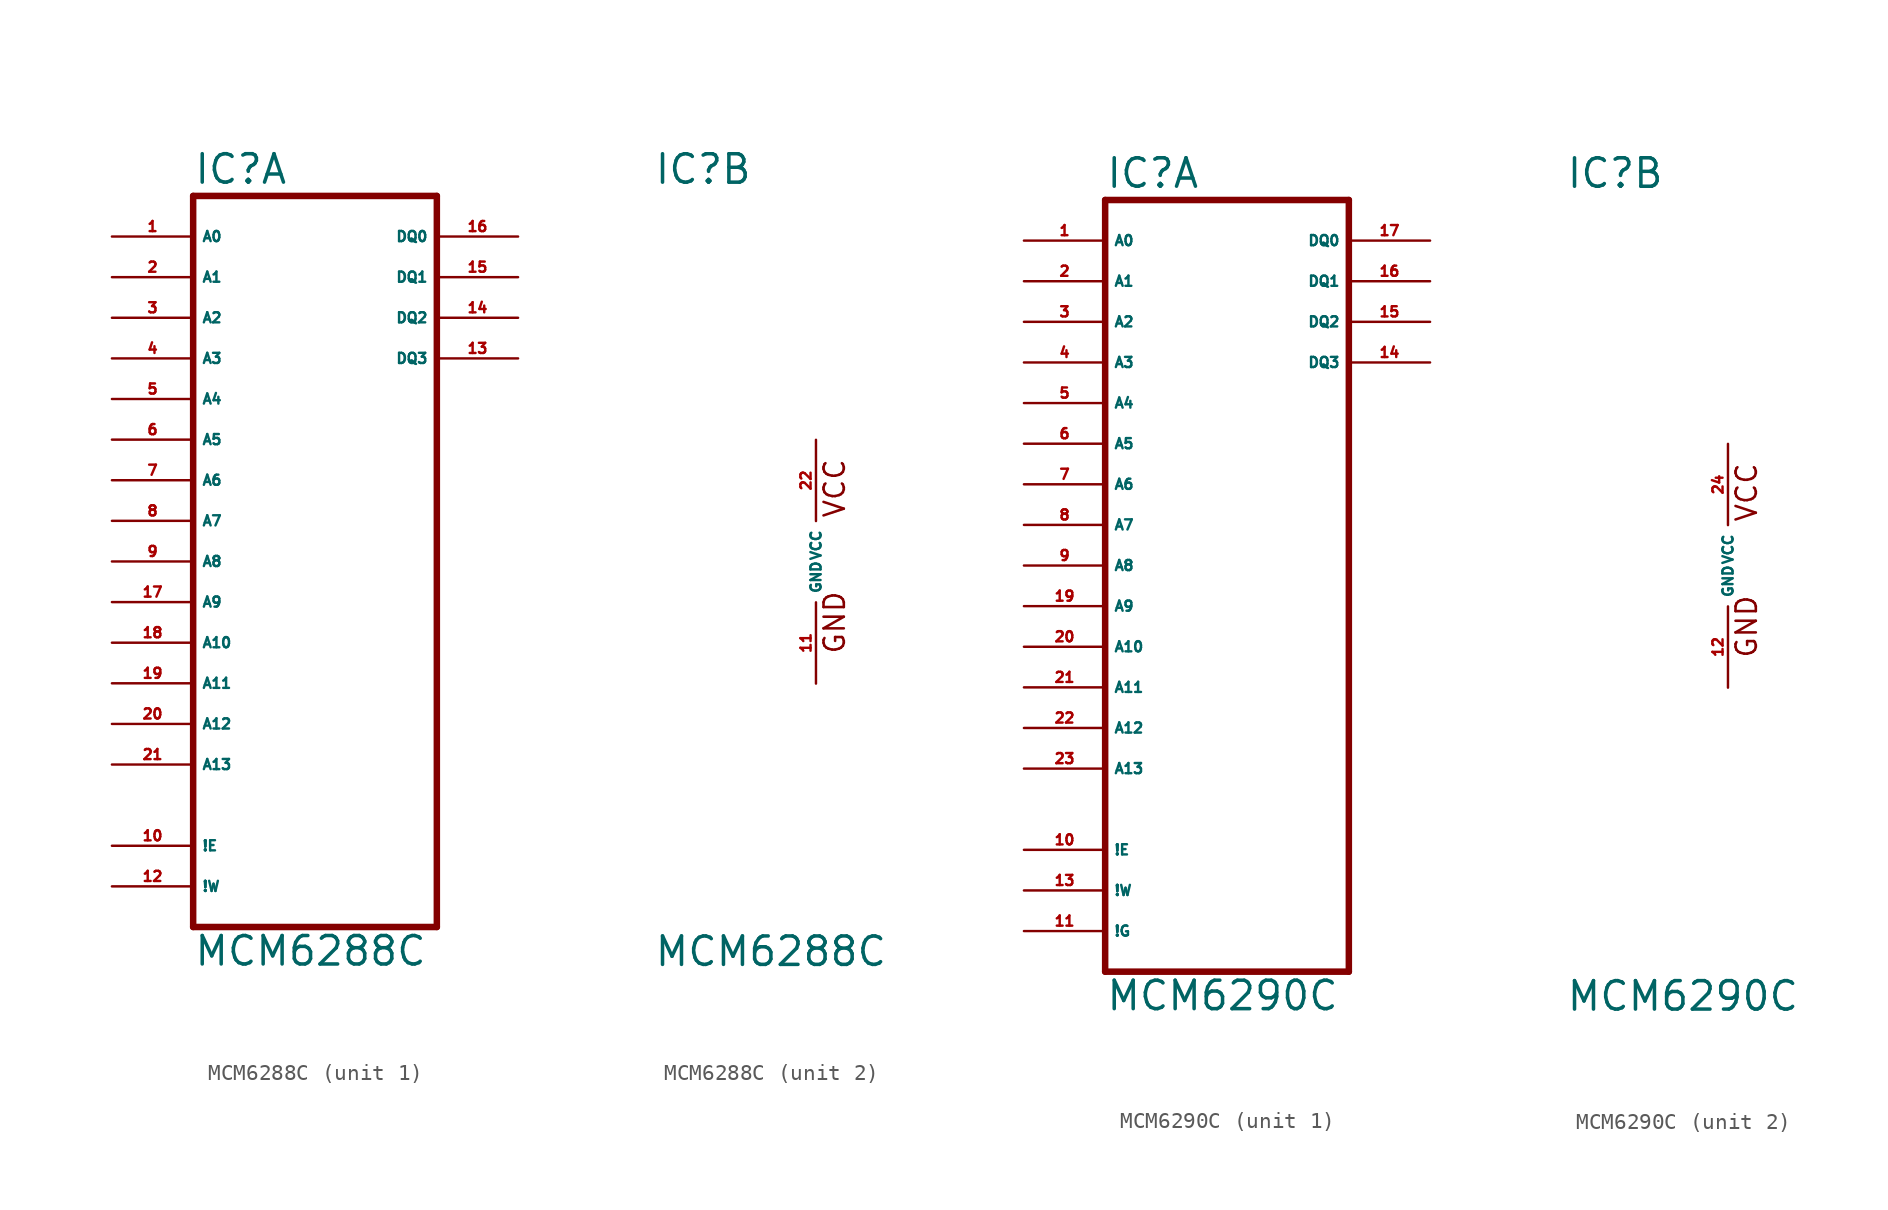
<source format=kicad_sym>
(kicad_symbol_lib
  (version 20220914)
  (generator Eagle2Kicad)
  (symbol "MCM6288C"
    (property "Reference" "IC"
      (at -10.16 23.495 0)
      (effects (font (size 1.778 1.778) (thickness 0.22)) (justify left bottom)))
    (property "Value" "MCM6288C"
      (at -10.16 -25.4 0)
      (effects (font (size 1.778 1.778) (thickness 0.22)) (justify left bottom)))
    (symbol "MCM6288C_1_0"
      (polyline (pts (xy -10.16 22.86) (xy -10.16 -22.86)) (stroke (width 0.406) (type default)) (fill (type none)))
      (polyline (pts (xy 5.08 -22.86) (xy -10.16 -22.86)) (stroke (width 0.406) (type default)) (fill (type none)))
      (polyline (pts (xy 5.08 -22.86) (xy 5.08 22.86)) (stroke (width 0.406) (type default)) (fill (type none)))
      (polyline (pts (xy -10.16 22.86) (xy 5.08 22.86)) (stroke (width 0.406) (type default)) (fill (type none)))
      (pin input line (at -15.24 20.32 0) (length 5.08) (name "A0" (effects (font (size 0.635 0.635) (thickness 0.08)) (justify left bottom))) (number "1" (effects (font (size 0.635 0.635) (thickness 0.08)) (justify left bottom))))
      (pin input line (at -15.24 17.78 0) (length 5.08) (name "A1" (effects (font (size 0.635 0.635) (thickness 0.08)) (justify left bottom))) (number "2" (effects (font (size 0.635 0.635) (thickness 0.08)) (justify left bottom))))
      (pin input line (at -15.24 15.24 0) (length 5.08) (name "A2" (effects (font (size 0.635 0.635) (thickness 0.08)) (justify left bottom))) (number "3" (effects (font (size 0.635 0.635) (thickness 0.08)) (justify left bottom))))
      (pin input line (at -15.24 12.7 0) (length 5.08) (name "A3" (effects (font (size 0.635 0.635) (thickness 0.08)) (justify left bottom))) (number "4" (effects (font (size 0.635 0.635) (thickness 0.08)) (justify left bottom))))
      (pin input line (at -15.24 10.16 0) (length 5.08) (name "A4" (effects (font (size 0.635 0.635) (thickness 0.08)) (justify left bottom))) (number "5" (effects (font (size 0.635 0.635) (thickness 0.08)) (justify left bottom))))
      (pin input line (at -15.24 7.62 0) (length 5.08) (name "A5" (effects (font (size 0.635 0.635) (thickness 0.08)) (justify left bottom))) (number "6" (effects (font (size 0.635 0.635) (thickness 0.08)) (justify left bottom))))
      (pin input line (at -15.24 5.08 0) (length 5.08) (name "A6" (effects (font (size 0.635 0.635) (thickness 0.08)) (justify left bottom))) (number "7" (effects (font (size 0.635 0.635) (thickness 0.08)) (justify left bottom))))
      (pin input line (at -15.24 2.54 0) (length 5.08) (name "A7" (effects (font (size 0.635 0.635) (thickness 0.08)) (justify left bottom))) (number "8" (effects (font (size 0.635 0.635) (thickness 0.08)) (justify left bottom))))
      (pin input line (at -15.24 0 0) (length 5.08) (name "A8" (effects (font (size 0.635 0.635) (thickness 0.08)) (justify left bottom))) (number "9" (effects (font (size 0.635 0.635) (thickness 0.08)) (justify left bottom))))
      (pin bidirectional line (at 10.16 20.32 180) (length 5.08) (name "DQ0" (effects (font (size 0.635 0.635) (thickness 0.08)) (justify left bottom))) (number "16" (effects (font (size 0.635 0.635) (thickness 0.08)) (justify left bottom))))
      (pin bidirectional line (at 10.16 17.78 180) (length 5.08) (name "DQ1" (effects (font (size 0.635 0.635) (thickness 0.08)) (justify left bottom))) (number "15" (effects (font (size 0.635 0.635) (thickness 0.08)) (justify left bottom))))
      (pin bidirectional line (at 10.16 15.24 180) (length 5.08) (name "DQ2" (effects (font (size 0.635 0.635) (thickness 0.08)) (justify left bottom))) (number "14" (effects (font (size 0.635 0.635) (thickness 0.08)) (justify left bottom))))
      (pin bidirectional line (at 10.16 12.7 180) (length 5.08) (name "DQ3" (effects (font (size 0.635 0.635) (thickness 0.08)) (justify left bottom))) (number "13" (effects (font (size 0.635 0.635) (thickness 0.08)) (justify left bottom))))
      (pin input line (at -15.24 -2.54 0) (length 5.08) (name "A9" (effects (font (size 0.635 0.635) (thickness 0.08)) (justify left bottom))) (number "17" (effects (font (size 0.635 0.635) (thickness 0.08)) (justify left bottom))))
      (pin input line (at -15.24 -5.08 0) (length 5.08) (name "A10" (effects (font (size 0.635 0.635) (thickness 0.08)) (justify left bottom))) (number "18" (effects (font (size 0.635 0.635) (thickness 0.08)) (justify left bottom))))
      (pin input line (at -15.24 -7.62 0) (length 5.08) (name "A11" (effects (font (size 0.635 0.635) (thickness 0.08)) (justify left bottom))) (number "19" (effects (font (size 0.635 0.635) (thickness 0.08)) (justify left bottom))))
      (pin input line (at -15.24 -10.16 0) (length 5.08) (name "A12" (effects (font (size 0.635 0.635) (thickness 0.08)) (justify left bottom))) (number "20" (effects (font (size 0.635 0.635) (thickness 0.08)) (justify left bottom))))
      (pin input line (at -15.24 -12.7 0) (length 5.08) (name "A13" (effects (font (size 0.635 0.635) (thickness 0.08)) (justify left bottom))) (number "21" (effects (font (size 0.635 0.635) (thickness 0.08)) (justify left bottom))))
      (pin input line (at -15.24 -20.32 0) (length 5.08) (name "!W" (effects (font (size 0.635 0.635) (thickness 0.08)) (justify left bottom))) (number "12" (effects (font (size 0.635 0.635) (thickness 0.08)) (justify left bottom))))
      (pin input line (at -15.24 -17.78 0) (length 5.08) (name "!E" (effects (font (size 0.635 0.635) (thickness 0.08)) (justify left bottom))) (number "10" (effects (font (size 0.635 0.635) (thickness 0.08)) (justify left bottom)))))
    (symbol "MCM6288C_2_0"
      (text "GND" (at 1.905 -5.842 900) (effects (font (size 1.27 1.27) (thickness 0.16)) (justify left bottom)))
      (text "VCC" (at 1.905 2.667 900) (effects (font (size 1.27 1.27) (thickness 0.16)) (justify left bottom)))
      (pin unspecified line (at 0 -7.62 90) (length 5.08) (name "GND" (effects (font (size 0.635 0.635) (thickness 0.08)) (justify left bottom))) (number "11" (effects (font (size 0.635 0.635) (thickness 0.08)) (justify left bottom))))
      (pin unspecified line (at 0 7.62 270) (length 5.08) (name "VCC" (effects (font (size 0.635 0.635) (thickness 0.08)) (justify left bottom))) (number "22" (effects (font (size 0.635 0.635) (thickness 0.08)) (justify left bottom))))))
  (symbol "MCM6290C"
    (property "Reference" "IC"
      (at -10.16 23.495 0)
      (effects (font (size 1.778 1.778) (thickness 0.22)) (justify left bottom)))
    (property "Value" "MCM6290C"
      (at -10.16 -27.94 0)
      (effects (font (size 1.778 1.778) (thickness 0.22)) (justify left bottom)))
    (symbol "MCM6290C_1_0"
      (polyline (pts (xy -10.16 22.86) (xy -10.16 -25.4)) (stroke (width 0.406) (type default)) (fill (type none)))
      (polyline (pts (xy 5.08 -25.4) (xy -10.16 -25.4)) (stroke (width 0.406) (type default)) (fill (type none)))
      (polyline (pts (xy 5.08 -25.4) (xy 5.08 22.86)) (stroke (width 0.406) (type default)) (fill (type none)))
      (polyline (pts (xy -10.16 22.86) (xy 5.08 22.86)) (stroke (width 0.406) (type default)) (fill (type none)))
      (pin input line (at -15.24 20.32 0) (length 5.08) (name "A0" (effects (font (size 0.635 0.635) (thickness 0.08)) (justify left bottom))) (number "1" (effects (font (size 0.635 0.635) (thickness 0.08)) (justify left bottom))))
      (pin input line (at -15.24 17.78 0) (length 5.08) (name "A1" (effects (font (size 0.635 0.635) (thickness 0.08)) (justify left bottom))) (number "2" (effects (font (size 0.635 0.635) (thickness 0.08)) (justify left bottom))))
      (pin input line (at -15.24 15.24 0) (length 5.08) (name "A2" (effects (font (size 0.635 0.635) (thickness 0.08)) (justify left bottom))) (number "3" (effects (font (size 0.635 0.635) (thickness 0.08)) (justify left bottom))))
      (pin input line (at -15.24 12.7 0) (length 5.08) (name "A3" (effects (font (size 0.635 0.635) (thickness 0.08)) (justify left bottom))) (number "4" (effects (font (size 0.635 0.635) (thickness 0.08)) (justify left bottom))))
      (pin input line (at -15.24 10.16 0) (length 5.08) (name "A4" (effects (font (size 0.635 0.635) (thickness 0.08)) (justify left bottom))) (number "5" (effects (font (size 0.635 0.635) (thickness 0.08)) (justify left bottom))))
      (pin input line (at -15.24 7.62 0) (length 5.08) (name "A5" (effects (font (size 0.635 0.635) (thickness 0.08)) (justify left bottom))) (number "6" (effects (font (size 0.635 0.635) (thickness 0.08)) (justify left bottom))))
      (pin input line (at -15.24 5.08 0) (length 5.08) (name "A6" (effects (font (size 0.635 0.635) (thickness 0.08)) (justify left bottom))) (number "7" (effects (font (size 0.635 0.635) (thickness 0.08)) (justify left bottom))))
      (pin input line (at -15.24 2.54 0) (length 5.08) (name "A7" (effects (font (size 0.635 0.635) (thickness 0.08)) (justify left bottom))) (number "8" (effects (font (size 0.635 0.635) (thickness 0.08)) (justify left bottom))))
      (pin input line (at -15.24 0 0) (length 5.08) (name "A8" (effects (font (size 0.635 0.635) (thickness 0.08)) (justify left bottom))) (number "9" (effects (font (size 0.635 0.635) (thickness 0.08)) (justify left bottom))))
      (pin bidirectional line (at 10.16 20.32 180) (length 5.08) (name "DQ0" (effects (font (size 0.635 0.635) (thickness 0.08)) (justify left bottom))) (number "17" (effects (font (size 0.635 0.635) (thickness 0.08)) (justify left bottom))))
      (pin bidirectional line (at 10.16 17.78 180) (length 5.08) (name "DQ1" (effects (font (size 0.635 0.635) (thickness 0.08)) (justify left bottom))) (number "16" (effects (font (size 0.635 0.635) (thickness 0.08)) (justify left bottom))))
      (pin bidirectional line (at 10.16 15.24 180) (length 5.08) (name "DQ2" (effects (font (size 0.635 0.635) (thickness 0.08)) (justify left bottom))) (number "15" (effects (font (size 0.635 0.635) (thickness 0.08)) (justify left bottom))))
      (pin bidirectional line (at 10.16 12.7 180) (length 5.08) (name "DQ3" (effects (font (size 0.635 0.635) (thickness 0.08)) (justify left bottom))) (number "14" (effects (font (size 0.635 0.635) (thickness 0.08)) (justify left bottom))))
      (pin input line (at -15.24 -2.54 0) (length 5.08) (name "A9" (effects (font (size 0.635 0.635) (thickness 0.08)) (justify left bottom))) (number "19" (effects (font (size 0.635 0.635) (thickness 0.08)) (justify left bottom))))
      (pin input line (at -15.24 -5.08 0) (length 5.08) (name "A10" (effects (font (size 0.635 0.635) (thickness 0.08)) (justify left bottom))) (number "20" (effects (font (size 0.635 0.635) (thickness 0.08)) (justify left bottom))))
      (pin input line (at -15.24 -7.62 0) (length 5.08) (name "A11" (effects (font (size 0.635 0.635) (thickness 0.08)) (justify left bottom))) (number "21" (effects (font (size 0.635 0.635) (thickness 0.08)) (justify left bottom))))
      (pin input line (at -15.24 -10.16 0) (length 5.08) (name "A12" (effects (font (size 0.635 0.635) (thickness 0.08)) (justify left bottom))) (number "22" (effects (font (size 0.635 0.635) (thickness 0.08)) (justify left bottom))))
      (pin input line (at -15.24 -12.7 0) (length 5.08) (name "A13" (effects (font (size 0.635 0.635) (thickness 0.08)) (justify left bottom))) (number "23" (effects (font (size 0.635 0.635) (thickness 0.08)) (justify left bottom))))
      (pin input line (at -15.24 -20.32 0) (length 5.08) (name "!W" (effects (font (size 0.635 0.635) (thickness 0.08)) (justify left bottom))) (number "13" (effects (font (size 0.635 0.635) (thickness 0.08)) (justify left bottom))))
      (pin input line (at -15.24 -17.78 0) (length 5.08) (name "!E" (effects (font (size 0.635 0.635) (thickness 0.08)) (justify left bottom))) (number "10" (effects (font (size 0.635 0.635) (thickness 0.08)) (justify left bottom))))
      (pin input line (at -15.24 -22.86 0) (length 5.08) (name "!G" (effects (font (size 0.635 0.635) (thickness 0.08)) (justify left bottom))) (number "11" (effects (font (size 0.635 0.635) (thickness 0.08)) (justify left bottom)))))
    (symbol "MCM6290C_2_0"
      (text "GND" (at 1.905 -5.842 900) (effects (font (size 1.27 1.27) (thickness 0.16)) (justify left bottom)))
      (text "VCC" (at 1.905 2.667 900) (effects (font (size 1.27 1.27) (thickness 0.16)) (justify left bottom)))
      (pin unspecified line (at 0 -7.62 90) (length 5.08) (name "GND" (effects (font (size 0.635 0.635) (thickness 0.08)) (justify left bottom))) (number "12" (effects (font (size 0.635 0.635) (thickness 0.08)) (justify left bottom))))
      (pin unspecified line (at 0 7.62 270) (length 5.08) (name "VCC" (effects (font (size 0.635 0.635) (thickness 0.08)) (justify left bottom))) (number "24" (effects (font (size 0.635 0.635) (thickness 0.08)) (justify left bottom)))))))
</source>
